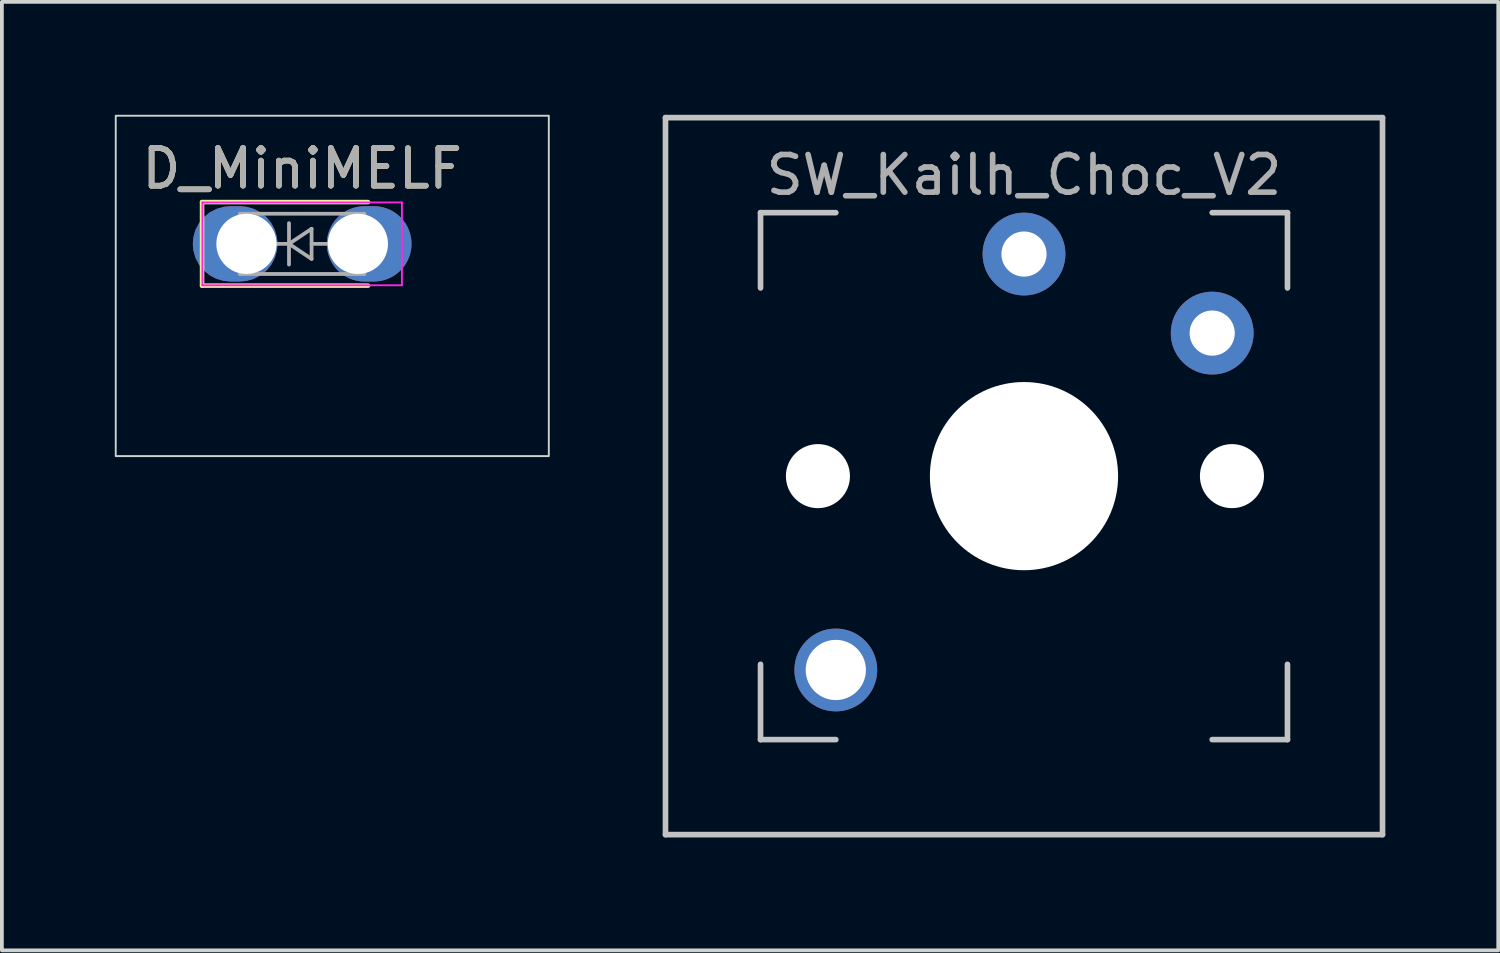
<source format=kicad_pcb>
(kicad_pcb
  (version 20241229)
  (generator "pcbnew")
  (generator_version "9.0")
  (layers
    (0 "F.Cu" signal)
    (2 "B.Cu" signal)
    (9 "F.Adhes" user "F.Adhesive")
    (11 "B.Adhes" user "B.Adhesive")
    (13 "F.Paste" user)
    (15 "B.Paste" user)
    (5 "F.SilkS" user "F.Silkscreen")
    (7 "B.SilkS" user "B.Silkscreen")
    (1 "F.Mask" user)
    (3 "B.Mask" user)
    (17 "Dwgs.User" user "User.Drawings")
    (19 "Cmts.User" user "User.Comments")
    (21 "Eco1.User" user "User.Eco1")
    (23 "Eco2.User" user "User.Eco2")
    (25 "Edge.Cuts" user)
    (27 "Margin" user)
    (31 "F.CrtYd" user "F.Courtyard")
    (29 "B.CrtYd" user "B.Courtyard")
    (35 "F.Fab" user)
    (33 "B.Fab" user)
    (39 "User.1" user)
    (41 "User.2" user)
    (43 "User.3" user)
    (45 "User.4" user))
  (footprint "SW_Kailh_Choc_V2"
    (layer "F.Cu")
    (at 24.156 9.6)
    (property "Reference" "SW_Kailh_Choc_V2" (at 0 -8 0) (layer "F.Fab") (effects (font (size 1 1) (thickness 0.15))))
    (attr through_hole)
    (fp_line (start -9.525 -9.525) (end 9.525 -9.525) (stroke (width 0.15) (type solid)) (layer "Dwgs.User"))
    (fp_line (start -9.525 9.525) (end -9.525 -9.525) (stroke (width 0.15) (type solid)) (layer "Dwgs.User"))
    (fp_line (start -7 -7) (end -7 -5) (stroke (width 0.15) (type solid)) (layer "Dwgs.User"))
    (fp_line (start -7 5) (end -7 7) (stroke (width 0.15) (type solid)) (layer "Dwgs.User"))
    (fp_line (start -7 7) (end -5 7) (stroke (width 0.15) (type solid)) (layer "Dwgs.User"))
    (fp_line (start -5 -7) (end -7 -7) (stroke (width 0.15) (type solid)) (layer "Dwgs.User"))
    (fp_line (start 5 -7) (end 7 -7) (stroke (width 0.15) (type solid)) (layer "Dwgs.User"))
    (fp_line (start 5 7) (end 7 7) (stroke (width 0.15) (type solid)) (layer "Dwgs.User"))
    (fp_line (start 7 -7) (end 7 -5) (stroke (width 0.15) (type solid)) (layer "Dwgs.User"))
    (fp_line (start 7 7) (end 7 5) (stroke (width 0.15) (type solid)) (layer "Dwgs.User"))
    (fp_line (start 9.525 -9.525) (end 9.525 9.525) (stroke (width 0.15) (type solid)) (layer "Dwgs.User"))
    (fp_line (start 9.525 9.525) (end -9.525 9.525) (stroke (width 0.15) (type solid)) (layer "Dwgs.User"))
    (pad "" np_thru_hole circle (at -5.475 0 180) (size 1.702 1.702) (drill 1.702) (layers "*.Cu" "*.Mask"))
    (pad "" thru_hole circle (at -5 5.15) (size 2.2 2.2) (drill 1.6) (layers "*.Cu" "B.Mask"))
    (pad "" np_thru_hole circle (at 0 0) (size 5 5) (drill 5) (layers "*.Cu" "*.Mask"))
    (pad "" np_thru_hole circle (at 5.525 0 180) (size 1.702 1.702) (drill 1.702) (layers "*.Cu" "*.Mask"))
    (pad "1" thru_hole circle (at 0 -5.9) (size 2.2 2.2) (drill 1.2) (layers "*.Cu" "B.Mask"))
    (pad "2" thru_hole circle (at 5 -3.8) (size 2.2 2.2) (drill 1.2) (layers "*.Cu" "B.Mask")))
  (footprint "D_MiniMELF"
    (layer "F.Cu")
    (at 4.978 3.429)
    (property "Reference" "D_MiniMELF" (at 0 -2 0) (layer "F.SilkS") (effects (font (size 1 1) (thickness 0.15))))
    (attr smd)
    (fp_line (start -2.66 -1.11) (end -2.66 1.11) (stroke (width 0.12) (type solid)) (layer "F.SilkS"))
    (fp_line (start -2.66 1.11) (end 1.75 1.11) (stroke (width 0.12) (type solid)) (layer "F.SilkS"))
    (fp_line (start 1.75 -1.11) (end -2.66 -1.11) (stroke (width 0.12) (type solid)) (layer "F.SilkS"))
    (fp_rect (start -4.953 -3.404) (end 6.553 5.639) (stroke (width 0.05) (type default)) (fill no) (layer "Edge.Cuts"))
    (fp_rect (start -1.48 -0.801) (end 1.49 0.8) (stroke (width 0.001) (type default)) (fill no) (layer "Edge.Cuts"))
    (fp_line (start -2.65 -1.1) (end 2.65 -1.1) (stroke (width 0.05) (type solid)) (layer "F.CrtYd"))
    (fp_line (start -2.65 1.1) (end -2.65 -1.1) (stroke (width 0.05) (type solid)) (layer "F.CrtYd"))
    (fp_line (start 2.65 -1.1) (end 2.65 1.1) (stroke (width 0.05) (type solid)) (layer "F.CrtYd"))
    (fp_line (start 2.65 1.1) (end -2.65 1.1) (stroke (width 0.05) (type solid)) (layer "F.CrtYd"))
    (fp_line (start -1.65 -0.8) (end 1.65 -0.8) (stroke (width 0.1) (type solid)) (layer "F.Fab"))
    (fp_line (start -1.65 0.8) (end -1.65 -0.8) (stroke (width 0.1) (type solid)) (layer "F.Fab"))
    (fp_line (start -0.75 0) (end -0.35 0) (stroke (width 0.1) (type solid)) (layer "F.Fab"))
    (fp_line (start -0.35 0) (end -0.35 -0.55) (stroke (width 0.1) (type solid)) (layer "F.Fab"))
    (fp_line (start -0.35 0) (end -0.35 0.55) (stroke (width 0.1) (type solid)) (layer "F.Fab"))
    (fp_line (start -0.35 0) (end 0.25 -0.4) (stroke (width 0.1) (type solid)) (layer "F.Fab"))
    (fp_line (start 0.25 -0.4) (end 0.25 0.4) (stroke (width 0.1) (type solid)) (layer "F.Fab"))
    (fp_line (start 0.25 0) (end 0.75 0) (stroke (width 0.1) (type solid)) (layer "F.Fab"))
    (fp_line (start 0.25 0.4) (end -0.35 0) (stroke (width 0.1) (type solid)) (layer "F.Fab"))
    (fp_line (start 1.65 -0.8) (end 1.65 0.8) (stroke (width 0.1) (type solid)) (layer "F.Fab"))
    (fp_line (start 1.65 0.8) (end -1.65 0.8) (stroke (width 0.1) (type solid)) (layer "F.Fab"))
    (fp_text user "${REFERENCE}" (at 0 -2 0) (layer "F.Fab") (effects (font (size 1 1) (thickness 0.15))))
    (pad "1" thru_hole roundrect (at -1.48 0) (size 2.25 2) (drill 1.6 (offset -0.3 0)) (layers "*.Cu" "*.Mask") (roundrect_rratio 0.5))
    (pad "2" thru_hole oval (at 1.48 0) (size 2.25 2) (drill 1.6 (offset 0.3 0)) (layers "*.Cu" "*.Mask")))
  (gr_rect
    (start -3 -3)
    (end 36.756 22.2)
    (stroke (width 0.1) (type default))
    (fill no)
    (layer "Edge.Cuts")))
</source>
